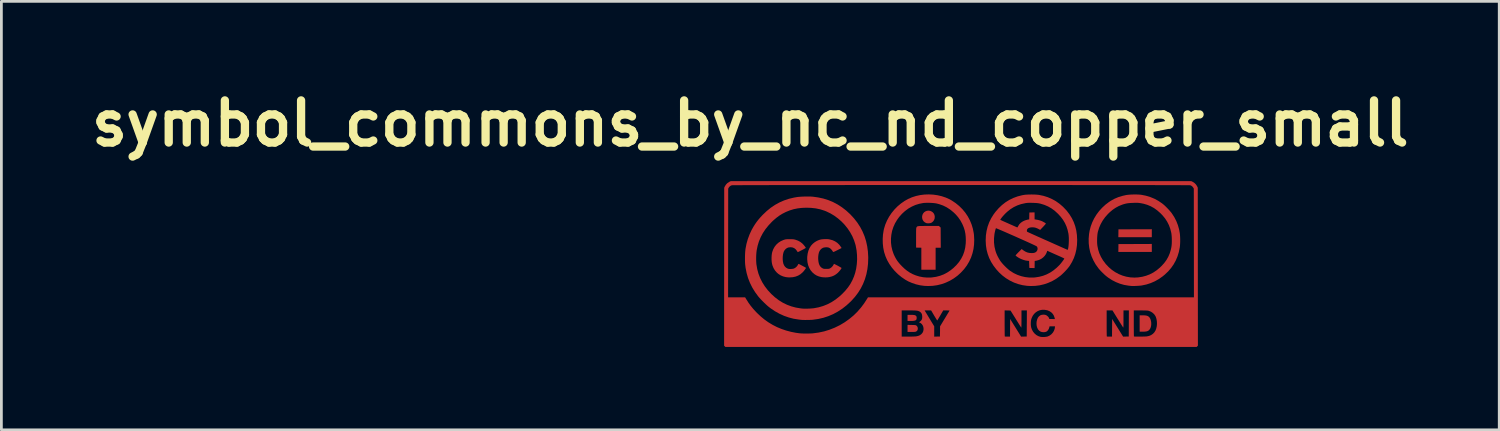
<source format=kicad_pcb>
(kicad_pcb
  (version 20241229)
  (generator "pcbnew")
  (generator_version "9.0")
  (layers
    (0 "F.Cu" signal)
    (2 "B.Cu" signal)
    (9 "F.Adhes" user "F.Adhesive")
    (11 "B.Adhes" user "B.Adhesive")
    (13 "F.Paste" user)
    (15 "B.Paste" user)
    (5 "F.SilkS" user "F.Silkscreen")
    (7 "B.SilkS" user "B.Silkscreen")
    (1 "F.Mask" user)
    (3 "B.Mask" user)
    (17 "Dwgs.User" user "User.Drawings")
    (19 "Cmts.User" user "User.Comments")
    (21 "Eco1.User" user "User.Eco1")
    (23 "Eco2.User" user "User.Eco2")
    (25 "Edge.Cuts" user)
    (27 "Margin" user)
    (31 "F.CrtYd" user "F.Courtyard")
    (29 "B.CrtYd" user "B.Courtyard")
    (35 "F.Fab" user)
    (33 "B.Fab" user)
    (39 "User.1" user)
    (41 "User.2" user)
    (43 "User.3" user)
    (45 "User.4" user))
  (footprint "symbol_commons_by_nc_nd_copper_small"
    (layer "F.Cu")
    (at 31.721 6.498)
    (property "Reference" "symbol_commons_by_nc_nd_copper_small" (at -7.62 -5.08 0) (layer "F.SilkS") (effects (font (size 1.524 1.524) (thickness 0.3))))
    (attr board_only exclude_from_pos_files exclude_from_bom)
    (fp_poly (pts (xy 6.909 -0.965) (xy 5.698 -0.965) (xy 5.7 -1.107) (xy 5.702 -1.249) (xy 6.909 -1.253)) (stroke (width 0) (type solid)) (fill yes) (layer "F.Cu"))
    (fp_poly (pts (xy 6.909 -0.432) (xy 5.698 -0.432) (xy 5.7 -0.574) (xy 5.702 -0.715) (xy 6.909 -0.72)) (stroke (width 0) (type solid)) (fill yes) (layer "F.Cu"))
    (fp_poly (pts (xy -1.81 1.846) (xy -1.759 1.846) (xy -1.721 1.848) (xy -1.694 1.851) (xy -1.673 1.855) (xy -1.656 1.861) (xy -1.654 1.862) (xy -1.626 1.878) (xy -1.609 1.899) (xy -1.602 1.927) (xy -1.6 1.956) (xy -1.603 1.99) (xy -1.612 2.017) (xy -1.63 2.037) (xy -1.658 2.051) (xy -1.697 2.06) (xy -1.75 2.065) (xy -1.812 2.066) (xy -1.93 2.066) (xy -1.93 1.846)) (stroke (width 0) (type solid)) (fill yes) (layer "F.Cu"))
    (fp_poly (pts (xy -1.783 2.211) (xy -1.729 2.212) (xy -1.689 2.214) (xy -1.66 2.216) (xy -1.64 2.219) (xy -1.626 2.223) (xy -1.616 2.229) (xy -1.611 2.232) (xy -1.582 2.262) (xy -1.564 2.299) (xy -1.558 2.339) (xy -1.563 2.379) (xy -1.579 2.414) (xy -1.607 2.441) (xy -1.616 2.446) (xy -1.631 2.453) (xy -1.646 2.458) (xy -1.667 2.461) (xy -1.694 2.463) (xy -1.732 2.464) (xy -1.783 2.464) (xy -1.79 2.464) (xy -1.93 2.464) (xy -1.93 2.208)) (stroke (width 0) (type solid)) (fill yes) (layer "F.Cu"))
    (fp_poly (pts (xy 6.642 1.864) (xy 6.694 1.869) (xy 6.735 1.878) (xy 6.768 1.892) (xy 6.797 1.911) (xy 6.8 1.913) (xy 6.833 1.95) (xy 6.859 2) (xy 6.877 2.058) (xy 6.887 2.121) (xy 6.889 2.186) (xy 6.882 2.249) (xy 6.866 2.307) (xy 6.852 2.339) (xy 6.827 2.378) (xy 6.797 2.408) (xy 6.761 2.43) (xy 6.717 2.444) (xy 6.661 2.452) (xy 6.591 2.455) (xy 6.577 2.455) (xy 6.469 2.455) (xy 6.469 1.863) (xy 6.577 1.863)) (stroke (width 0) (type solid)) (fill yes) (layer "F.Cu"))
    (fp_poly (pts (xy -1.117 -1.919) (xy -1.073 -1.902) (xy -1.02 -1.868) (xy -0.981 -1.824) (xy -0.956 -1.771) (xy -0.945 -1.709) (xy -0.945 -1.698) (xy -0.952 -1.635) (xy -0.974 -1.579) (xy -1.01 -1.531) (xy -1.058 -1.493) (xy -1.074 -1.485) (xy -1.107 -1.474) (xy -1.149 -1.468) (xy -1.194 -1.467) (xy -1.235 -1.471) (xy -1.255 -1.476) (xy -1.309 -1.505) (xy -1.353 -1.545) (xy -1.384 -1.595) (xy -1.401 -1.653) (xy -1.403 -1.714) (xy -1.391 -1.773) (xy -1.365 -1.825) (xy -1.328 -1.868) (xy -1.283 -1.899) (xy -1.231 -1.919) (xy -1.175 -1.926)) (stroke (width 0) (type solid)) (fill yes) (layer "F.Cu"))
    (fp_poly (pts (xy -1.169 -1.372) (xy -0.796 -1.372) (xy -0.764 -1.343) (xy -0.732 -1.314) (xy -0.728 -0.584) (xy -0.914 -0.584) (xy -0.914 0.212) (xy -1.431 0.212) (xy -1.431 -0.584) (xy -1.621 -0.588) (xy -1.621 -0.94) (xy -1.621 -1.027) (xy -1.621 -1.099) (xy -1.621 -1.157) (xy -1.62 -1.203) (xy -1.619 -1.239) (xy -1.618 -1.266) (xy -1.616 -1.285) (xy -1.613 -1.3) (xy -1.61 -1.31) (xy -1.607 -1.318) (xy -1.606 -1.319) (xy -1.6 -1.331) (xy -1.593 -1.341) (xy -1.584 -1.349) (xy -1.572 -1.356) (xy -1.556 -1.361) (xy -1.533 -1.365) (xy -1.502 -1.368) (xy -1.463 -1.37) (xy -1.412 -1.371) (xy -1.35 -1.371) (xy -1.273 -1.372) (xy -1.182 -1.372)) (stroke (width 0) (type solid)) (fill yes) (layer "F.Cu"))
    (fp_poly (pts (xy -6.138 -0.893) (xy -6.096 -0.891) (xy -6.062 -0.889) (xy -6.034 -0.884) (xy -6.006 -0.878) (xy -5.99 -0.874) (xy -5.896 -0.84) (xy -5.815 -0.797) (xy -5.744 -0.742) (xy -5.74 -0.738) (xy -5.711 -0.71) (xy -5.682 -0.677) (xy -5.655 -0.644) (xy -5.633 -0.615) (xy -5.618 -0.591) (xy -5.613 -0.576) (xy -5.62 -0.571) (xy -5.64 -0.559) (xy -5.669 -0.543) (xy -5.704 -0.523) (xy -5.743 -0.503) (xy -5.784 -0.482) (xy -5.823 -0.462) (xy -5.857 -0.445) (xy -5.884 -0.433) (xy -5.901 -0.426) (xy -5.905 -0.425) (xy -5.91 -0.433) (xy -5.921 -0.451) (xy -5.935 -0.472) (xy -5.978 -0.527) (xy -6.029 -0.567) (xy -6.088 -0.592) (xy -6.152 -0.602) (xy -6.222 -0.596) (xy -6.257 -0.588) (xy -6.303 -0.566) (xy -6.347 -0.531) (xy -6.385 -0.486) (xy -6.412 -0.436) (xy -6.416 -0.423) (xy -6.436 -0.347) (xy -6.446 -0.263) (xy -6.448 -0.174) (xy -6.441 -0.089) (xy -6.425 -0.011) (xy -6.423 -0.004) (xy -6.397 0.056) (xy -6.36 0.107) (xy -6.314 0.147) (xy -6.261 0.174) (xy -6.249 0.178) (xy -6.205 0.185) (xy -6.154 0.186) (xy -6.101 0.182) (xy -6.054 0.173) (xy -6.041 0.169) (xy -5.996 0.145) (xy -5.953 0.11) (xy -5.917 0.068) (xy -5.898 0.035) (xy -5.886 0.014) (xy -5.875 0.003) (xy -5.872 0.002) (xy -5.86 0.007) (xy -5.836 0.018) (xy -5.805 0.034) (xy -5.769 0.053) (xy -5.73 0.074) (xy -5.692 0.094) (xy -5.658 0.113) (xy -5.63 0.129) (xy -5.611 0.14) (xy -5.605 0.145) (xy -5.61 0.158) (xy -5.624 0.181) (xy -5.645 0.209) (xy -5.669 0.241) (xy -5.695 0.273) (xy -5.721 0.301) (xy -5.733 0.313) (xy -5.809 0.378) (xy -5.893 0.427) (xy -5.984 0.462) (xy -6.084 0.483) (xy -6.193 0.49) (xy -6.198 0.49) (xy -6.242 0.489) (xy -6.288 0.485) (xy -6.328 0.48) (xy -6.337 0.479) (xy -6.437 0.453) (xy -6.527 0.414) (xy -6.608 0.361) (xy -6.663 0.313) (xy -6.727 0.239) (xy -6.779 0.154) (xy -6.817 0.06) (xy -6.833 0.002) (xy -6.845 -0.067) (xy -6.851 -0.146) (xy -6.851 -0.228) (xy -6.847 -0.308) (xy -6.837 -0.381) (xy -6.827 -0.426) (xy -6.792 -0.525) (xy -6.743 -0.614) (xy -6.681 -0.694) (xy -6.607 -0.762) (xy -6.521 -0.819) (xy -6.425 -0.862) (xy -6.392 -0.873) (xy -6.366 -0.881) (xy -6.34 -0.887) (xy -6.313 -0.89) (xy -6.279 -0.892) (xy -6.236 -0.893) (xy -6.193 -0.893)) (stroke (width 0) (type solid)) (fill yes) (layer "F.Cu"))
    (fp_poly (pts (xy -4.834 -0.895) (xy -4.795 -0.892) (xy -4.755 -0.885) (xy -4.741 -0.882) (xy -4.642 -0.855) (xy -4.553 -0.814) (xy -4.474 -0.762) (xy -4.407 -0.698) (xy -4.388 -0.675) (xy -4.359 -0.636) (xy -4.336 -0.605) (xy -4.323 -0.583) (xy -4.319 -0.572) (xy -4.319 -0.572) (xy -4.328 -0.567) (xy -4.348 -0.557) (xy -4.38 -0.541) (xy -4.419 -0.521) (xy -4.464 -0.498) (xy -4.47 -0.495) (xy -4.521 -0.47) (xy -4.56 -0.451) (xy -4.587 -0.439) (xy -4.605 -0.432) (xy -4.617 -0.43) (xy -4.623 -0.432) (xy -4.627 -0.436) (xy -4.667 -0.496) (xy -4.707 -0.541) (xy -4.75 -0.573) (xy -4.796 -0.593) (xy -4.799 -0.593) (xy -4.839 -0.599) (xy -4.887 -0.6) (xy -4.937 -0.594) (xy -4.981 -0.584) (xy -4.996 -0.578) (xy -5.044 -0.548) (xy -5.087 -0.506) (xy -5.117 -0.459) (xy -5.14 -0.401) (xy -5.155 -0.331) (xy -5.163 -0.255) (xy -5.164 -0.177) (xy -5.157 -0.1) (xy -5.144 -0.028) (xy -5.123 0.033) (xy -5.118 0.045) (xy -5.089 0.092) (xy -5.056 0.128) (xy -5.012 0.157) (xy -5.008 0.16) (xy -4.988 0.169) (xy -4.97 0.176) (xy -4.948 0.18) (xy -4.92 0.181) (xy -4.88 0.182) (xy -4.868 0.182) (xy -4.826 0.182) (xy -4.795 0.18) (xy -4.773 0.177) (xy -4.755 0.172) (xy -4.736 0.163) (xy -4.726 0.157) (xy -4.675 0.12) (xy -4.632 0.071) (xy -4.61 0.034) (xy -4.6 0.014) (xy -4.593 0.002) (xy -4.593 0.001) (xy -4.584 0.003) (xy -4.564 0.012) (xy -4.535 0.027) (xy -4.499 0.045) (xy -4.461 0.065) (xy -4.422 0.086) (xy -4.385 0.107) (xy -4.354 0.125) (xy -4.331 0.139) (xy -4.319 0.147) (xy -4.318 0.149) (xy -4.323 0.163) (xy -4.338 0.187) (xy -4.359 0.217) (xy -4.385 0.25) (xy -4.413 0.282) (xy -4.44 0.311) (xy -4.456 0.327) (xy -4.523 0.381) (xy -4.591 0.423) (xy -4.666 0.454) (xy -4.751 0.476) (xy -4.765 0.479) (xy -4.828 0.487) (xy -4.899 0.49) (xy -4.971 0.487) (xy -5.037 0.48) (xy -5.043 0.479) (xy -5.137 0.456) (xy -5.22 0.422) (xy -5.295 0.376) (xy -5.366 0.316) (xy -5.372 0.309) (xy -5.437 0.233) (xy -5.488 0.146) (xy -5.527 0.05) (xy -5.551 -0.054) (xy -5.561 -0.167) (xy -5.56 -0.257) (xy -5.545 -0.371) (xy -5.518 -0.476) (xy -5.478 -0.571) (xy -5.425 -0.655) (xy -5.359 -0.728) (xy -5.282 -0.789) (xy -5.211 -0.83) (xy -5.158 -0.854) (xy -5.108 -0.872) (xy -5.057 -0.884) (xy -4.999 -0.891) (xy -4.932 -0.895) (xy -4.877 -0.896)) (stroke (width 0) (type solid)) (fill yes) (layer "F.Cu"))
    (fp_poly (pts (xy -1.001 -2.505) (xy -0.845 -2.483) (xy -0.694 -2.448) (xy -0.548 -2.399) (xy -0.409 -2.337) (xy -0.333 -2.294) (xy -0.192 -2.2) (xy -0.063 -2.095) (xy 0.054 -1.979) (xy 0.158 -1.854) (xy 0.249 -1.719) (xy 0.325 -1.577) (xy 0.387 -1.427) (xy 0.434 -1.271) (xy 0.466 -1.109) (xy 0.474 -1.043) (xy 0.483 -0.87) (xy 0.477 -0.701) (xy 0.456 -0.537) (xy 0.419 -0.379) (xy 0.367 -0.226) (xy 0.299 -0.081) (xy 0.217 0.057) (xy 0.121 0.186) (xy 0.117 0.191) (xy 0.002 0.316) (xy -0.123 0.429) (xy -0.257 0.527) (xy -0.399 0.611) (xy -0.547 0.68) (xy -0.701 0.734) (xy -0.86 0.773) (xy -1.024 0.796) (xy -1.19 0.802) (xy -1.329 0.796) (xy -1.478 0.775) (xy -1.626 0.74) (xy -1.769 0.692) (xy -1.905 0.633) (xy -2.014 0.572) (xy -2.151 0.478) (xy -2.278 0.373) (xy -2.394 0.258) (xy -2.498 0.135) (xy -2.589 0.004) (xy -2.667 -0.133) (xy -2.729 -0.275) (xy -2.776 -0.421) (xy -2.78 -0.436) (xy -2.81 -0.585) (xy -2.826 -0.741) (xy -2.829 -0.9) (xy -2.828 -0.912) (xy -2.53 -0.912) (xy -2.529 -0.769) (xy -2.512 -0.626) (xy -2.479 -0.486) (xy -2.432 -0.35) (xy -2.39 -0.261) (xy -2.349 -0.184) (xy -2.304 -0.114) (xy -2.253 -0.047) (xy -2.194 0.022) (xy -2.125 0.094) (xy -2.032 0.182) (xy -1.939 0.256) (xy -1.845 0.318) (xy -1.745 0.371) (xy -1.636 0.416) (xy -1.634 0.417) (xy -1.504 0.457) (xy -1.366 0.484) (xy -1.225 0.496) (xy -1.083 0.494) (xy -1.046 0.491) (xy -0.897 0.469) (xy -0.755 0.432) (xy -0.621 0.381) (xy -0.492 0.313) (xy -0.369 0.23) (xy -0.271 0.151) (xy -0.161 0.044) (xy -0.066 -0.069) (xy 0.012 -0.188) (xy 0.076 -0.314) (xy 0.124 -0.447) (xy 0.157 -0.587) (xy 0.175 -0.736) (xy 0.179 -0.847) (xy 0.175 -0.977) (xy 0.162 -1.096) (xy 0.139 -1.208) (xy 0.106 -1.315) (xy 0.061 -1.422) (xy 0.051 -1.444) (xy -0.02 -1.574) (xy -0.103 -1.692) (xy -0.199 -1.801) (xy -0.273 -1.871) (xy -0.392 -1.967) (xy -0.516 -2.047) (xy -0.645 -2.111) (xy -0.781 -2.159) (xy -0.881 -2.185) (xy -0.935 -2.194) (xy -1.001 -2.201) (xy -1.074 -2.206) (xy -1.151 -2.209) (xy -1.226 -2.209) (xy -1.295 -2.207) (xy -1.353 -2.203) (xy -1.36 -2.202) (xy -1.504 -2.174) (xy -1.644 -2.131) (xy -1.777 -2.072) (xy -1.904 -1.999) (xy -2.022 -1.911) (xy -2.133 -1.809) (xy -2.235 -1.694) (xy -2.31 -1.59) (xy -2.384 -1.465) (xy -2.443 -1.333) (xy -2.488 -1.196) (xy -2.516 -1.055) (xy -2.53 -0.912) (xy -2.828 -0.912) (xy -2.819 -1.058) (xy -2.795 -1.21) (xy -2.781 -1.273) (xy -2.735 -1.423) (xy -2.673 -1.568) (xy -2.597 -1.708) (xy -2.507 -1.841) (xy -2.405 -1.966) (xy -2.292 -2.081) (xy -2.168 -2.185) (xy -2.036 -2.277) (xy -1.909 -2.348) (xy -1.77 -2.409) (xy -1.623 -2.456) (xy -1.471 -2.489) (xy -1.315 -2.508) (xy -1.158 -2.513)) (stroke (width 0) (type solid)) (fill yes) (layer "F.Cu"))
    (fp_poly (pts (xy 6.363 -2.51) (xy 6.439 -2.507) (xy 6.505 -2.502) (xy 6.528 -2.499) (xy 6.691 -2.467) (xy 6.848 -2.42) (xy 7 -2.358) (xy 7.143 -2.281) (xy 7.278 -2.19) (xy 7.327 -2.151) (xy 7.372 -2.112) (xy 7.422 -2.064) (xy 7.475 -2.01) (xy 7.528 -1.954) (xy 7.576 -1.899) (xy 7.617 -1.85) (xy 7.637 -1.822) (xy 7.724 -1.687) (xy 7.796 -1.547) (xy 7.853 -1.401) (xy 7.896 -1.248) (xy 7.921 -1.113) (xy 7.928 -1.051) (xy 7.933 -0.977) (xy 7.936 -0.896) (xy 7.936 -0.812) (xy 7.933 -0.731) (xy 7.928 -0.657) (xy 7.921 -0.597) (xy 7.888 -0.431) (xy 7.84 -0.274) (xy 7.778 -0.126) (xy 7.701 0.015) (xy 7.609 0.147) (xy 7.503 0.271) (xy 7.381 0.387) (xy 7.298 0.455) (xy 7.161 0.551) (xy 7.017 0.632) (xy 6.867 0.697) (xy 6.711 0.747) (xy 6.551 0.781) (xy 6.537 0.783) (xy 6.497 0.788) (xy 6.448 0.792) (xy 6.392 0.796) (xy 6.334 0.799) (xy 6.278 0.801) (xy 6.228 0.802) (xy 6.187 0.801) (xy 6.164 0.799) (xy 6.142 0.797) (xy 6.109 0.793) (xy 6.071 0.789) (xy 6.055 0.787) (xy 5.905 0.761) (xy 5.757 0.719) (xy 5.612 0.661) (xy 5.471 0.589) (xy 5.337 0.503) (xy 5.266 0.449) (xy 5.224 0.414) (xy 5.175 0.369) (xy 5.123 0.318) (xy 5.071 0.266) (xy 5.025 0.216) (xy 4.986 0.171) (xy 4.977 0.159) (xy 4.879 0.023) (xy 4.797 -0.121) (xy 4.73 -0.27) (xy 4.679 -0.424) (xy 4.645 -0.583) (xy 4.626 -0.745) (xy 4.625 -0.836) (xy 4.929 -0.836) (xy 4.93 -0.756) (xy 4.936 -0.685) (xy 4.94 -0.654) (xy 4.968 -0.514) (xy 5.011 -0.38) (xy 5.07 -0.251) (xy 5.144 -0.126) (xy 5.235 -0.005) (xy 5.245 0.008) (xy 5.349 0.118) (xy 5.462 0.216) (xy 5.583 0.299) (xy 5.711 0.369) (xy 5.846 0.424) (xy 5.985 0.464) (xy 6.129 0.489) (xy 6.275 0.497) (xy 6.41 0.491) (xy 6.56 0.468) (xy 6.701 0.431) (xy 6.835 0.38) (xy 6.963 0.314) (xy 7.085 0.232) (xy 7.202 0.134) (xy 7.259 0.079) (xy 7.356 -0.027) (xy 7.437 -0.137) (xy 7.503 -0.253) (xy 7.557 -0.378) (xy 7.597 -0.511) (xy 7.617 -0.603) (xy 7.625 -0.662) (xy 7.631 -0.732) (xy 7.633 -0.811) (xy 7.633 -0.892) (xy 7.63 -0.972) (xy 7.624 -1.045) (xy 7.616 -1.109) (xy 7.613 -1.125) (xy 7.577 -1.268) (xy 7.528 -1.401) (xy 7.464 -1.527) (xy 7.387 -1.646) (xy 7.293 -1.759) (xy 7.217 -1.837) (xy 7.105 -1.935) (xy 6.991 -2.017) (xy 6.872 -2.083) (xy 6.746 -2.136) (xy 6.612 -2.175) (xy 6.519 -2.194) (xy 6.478 -2.2) (xy 6.443 -2.205) (xy 6.407 -2.208) (xy 6.368 -2.209) (xy 6.322 -2.209) (xy 6.263 -2.208) (xy 6.244 -2.207) (xy 6.158 -2.204) (xy 6.084 -2.198) (xy 6.018 -2.19) (xy 5.957 -2.177) (xy 5.896 -2.161) (xy 5.836 -2.141) (xy 5.715 -2.092) (xy 5.602 -2.031) (xy 5.494 -1.958) (xy 5.389 -1.87) (xy 5.323 -1.806) (xy 5.221 -1.691) (xy 5.133 -1.569) (xy 5.06 -1.44) (xy 5.002 -1.306) (xy 4.959 -1.167) (xy 4.952 -1.136) (xy 4.942 -1.074) (xy 4.935 -1) (xy 4.93 -0.919) (xy 4.929 -0.836) (xy 4.625 -0.836) (xy 4.624 -0.911) (xy 4.638 -1.079) (xy 4.658 -1.198) (xy 4.697 -1.35) (xy 4.752 -1.499) (xy 4.821 -1.642) (xy 4.905 -1.78) (xy 5.002 -1.91) (xy 5.112 -2.031) (xy 5.232 -2.142) (xy 5.363 -2.241) (xy 5.427 -2.283) (xy 5.559 -2.356) (xy 5.702 -2.416) (xy 5.855 -2.462) (xy 5.986 -2.491) (xy 6.046 -2.499) (xy 6.118 -2.505) (xy 6.197 -2.509) (xy 6.281 -2.511)) (stroke (width 0) (type solid)) (fill yes) (layer "F.Cu"))
    (fp_poly (pts (xy -5.496 -2.437) (xy -5.427 -2.435) (xy -5.369 -2.431) (xy -5.362 -2.431) (xy -5.167 -2.404) (xy -4.98 -2.364) (xy -4.8 -2.308) (xy -4.628 -2.237) (xy -4.463 -2.15) (xy -4.305 -2.048) (xy -4.153 -1.931) (xy -4.008 -1.798) (xy -4.001 -1.791) (xy -3.867 -1.646) (xy -3.749 -1.495) (xy -3.646 -1.337) (xy -3.559 -1.172) (xy -3.487 -1.001) (xy -3.431 -0.822) (xy -3.39 -0.637) (xy -3.364 -0.444) (xy -3.353 -0.244) (xy -3.353 -0.203) (xy -3.36 -0.002) (xy -3.383 0.192) (xy -3.42 0.378) (xy -3.473 0.557) (xy -3.541 0.728) (xy -3.623 0.891) (xy -3.722 1.048) (xy -3.835 1.197) (xy -3.964 1.34) (xy -3.987 1.363) (xy -4.137 1.501) (xy -4.292 1.623) (xy -4.454 1.728) (xy -4.622 1.819) (xy -4.796 1.893) (xy -4.976 1.952) (xy -5.163 1.995) (xy -5.355 2.022) (xy -5.368 2.023) (xy -5.407 2.026) (xy -5.456 2.028) (xy -5.513 2.029) (xy -5.572 2.03) (xy -5.63 2.031) (xy -5.684 2.03) (xy -5.73 2.029) (xy -5.763 2.027) (xy -5.77 2.027) (xy -5.79 2.024) (xy -5.821 2.021) (xy -5.858 2.016) (xy -5.876 2.014) (xy -6.052 1.986) (xy -6.226 1.941) (xy -6.398 1.881) (xy -6.565 1.805) (xy -6.727 1.715) (xy -6.882 1.611) (xy -6.96 1.551) (xy -7.009 1.509) (xy -7.066 1.457) (xy -7.126 1.399) (xy -7.187 1.338) (xy -7.245 1.278) (xy -7.296 1.222) (xy -7.334 1.177) (xy -7.449 1.02) (xy -7.549 0.857) (xy -7.633 0.688) (xy -7.702 0.512) (xy -7.754 0.33) (xy -7.791 0.143) (xy -7.807 0.014) (xy -7.811 -0.048) (xy -7.813 -0.123) (xy -7.813 -0.17) (xy -7.409 -0.17) (xy -7.407 -0.092) (xy -7.403 -0.022) (xy -7.399 0.017) (xy -7.37 0.189) (xy -7.325 0.355) (xy -7.264 0.514) (xy -7.187 0.667) (xy -7.095 0.813) (xy -6.987 0.953) (xy -6.864 1.086) (xy -6.862 1.089) (xy -6.728 1.21) (xy -6.589 1.316) (xy -6.445 1.405) (xy -6.294 1.479) (xy -6.136 1.538) (xy -5.972 1.582) (xy -5.799 1.611) (xy -5.746 1.617) (xy -5.689 1.621) (xy -5.621 1.622) (xy -5.546 1.621) (xy -5.47 1.618) (xy -5.397 1.613) (xy -5.332 1.607) (xy -5.311 1.604) (xy -5.144 1.572) (xy -4.984 1.525) (xy -4.829 1.463) (xy -4.681 1.386) (xy -4.538 1.293) (xy -4.399 1.184) (xy -4.295 1.089) (xy -4.181 0.97) (xy -4.082 0.849) (xy -3.998 0.725) (xy -3.927 0.594) (xy -3.868 0.456) (xy -3.825 0.326) (xy -3.789 0.172) (xy -3.766 0.01) (xy -3.755 -0.157) (xy -3.759 -0.325) (xy -3.775 -0.49) (xy -3.805 -0.651) (xy -3.815 -0.693) (xy -3.864 -0.848) (xy -3.928 -0.999) (xy -4.007 -1.143) (xy -4.099 -1.281) (xy -4.203 -1.411) (xy -4.319 -1.532) (xy -4.445 -1.642) (xy -4.579 -1.741) (xy -4.722 -1.827) (xy -4.872 -1.899) (xy -4.938 -1.925) (xy -5.089 -1.973) (xy -5.25 -2.007) (xy -5.419 -2.026) (xy -5.58 -2.032) (xy -5.746 -2.026) (xy -5.902 -2.008) (xy -6.051 -1.978) (xy -6.194 -1.934) (xy -6.334 -1.877) (xy -6.346 -1.871) (xy -6.461 -1.812) (xy -6.57 -1.745) (xy -6.674 -1.668) (xy -6.779 -1.578) (xy -6.836 -1.525) (xy -6.962 -1.391) (xy -7.072 -1.254) (xy -7.166 -1.112) (xy -7.244 -0.965) (xy -7.308 -0.812) (xy -7.356 -0.652) (xy -7.39 -0.486) (xy -7.392 -0.47) (xy -7.399 -0.407) (xy -7.405 -0.332) (xy -7.408 -0.252) (xy -7.409 -0.17) (xy -7.813 -0.17) (xy -7.813 -0.204) (xy -7.812 -0.288) (xy -7.809 -0.371) (xy -7.804 -0.447) (xy -7.797 -0.514) (xy -7.794 -0.542) (xy -7.76 -0.719) (xy -7.711 -0.894) (xy -7.648 -1.063) (xy -7.573 -1.225) (xy -7.51 -1.337) (xy -7.451 -1.431) (xy -7.392 -1.516) (xy -7.33 -1.596) (xy -7.261 -1.677) (xy -7.181 -1.763) (xy -7.167 -1.777) (xy -7.026 -1.911) (xy -6.88 -2.03) (xy -6.727 -2.133) (xy -6.568 -2.221) (xy -6.402 -2.294) (xy -6.227 -2.353) (xy -6.043 -2.397) (xy -5.923 -2.418) (xy -5.871 -2.424) (xy -5.805 -2.429) (xy -5.731 -2.433) (xy -5.652 -2.436) (xy -5.573 -2.437)) (stroke (width 0) (type solid)) (fill yes) (layer "F.Cu"))
    (fp_poly (pts (xy 2.634 -2.509) (xy 2.709 -2.506) (xy 2.776 -2.501) (xy 2.825 -2.495) (xy 2.989 -2.461) (xy 3.147 -2.411) (xy 3.296 -2.346) (xy 3.438 -2.267) (xy 3.572 -2.172) (xy 3.698 -2.063) (xy 3.816 -1.939) (xy 3.834 -1.918) (xy 3.933 -1.787) (xy 4.017 -1.651) (xy 4.085 -1.509) (xy 4.138 -1.361) (xy 4.176 -1.206) (xy 4.199 -1.042) (xy 4.208 -0.871) (xy 4.208 -0.855) (xy 4.201 -0.682) (xy 4.178 -0.517) (xy 4.141 -0.36) (xy 4.089 -0.21) (xy 4.021 -0.067) (xy 3.939 0.069) (xy 3.922 0.093) (xy 3.884 0.142) (xy 3.837 0.198) (xy 3.784 0.256) (xy 3.727 0.315) (xy 3.671 0.369) (xy 3.62 0.415) (xy 3.603 0.429) (xy 3.465 0.53) (xy 3.321 0.615) (xy 3.17 0.684) (xy 3.015 0.738) (xy 2.854 0.776) (xy 2.69 0.797) (xy 2.523 0.802) (xy 2.392 0.795) (xy 2.23 0.771) (xy 2.072 0.731) (xy 1.919 0.676) (xy 1.773 0.605) (xy 1.633 0.52) (xy 1.502 0.421) (xy 1.379 0.307) (xy 1.286 0.204) (xy 1.182 0.069) (xy 1.095 -0.069) (xy 1.024 -0.211) (xy 0.97 -0.359) (xy 0.93 -0.512) (xy 0.906 -0.672) (xy 0.898 -0.839) (xy 0.897 -0.855) (xy 0.901 -0.925) (xy 1.199 -0.925) (xy 1.199 -0.772) (xy 1.216 -0.623) (xy 1.25 -0.477) (xy 1.266 -0.427) (xy 1.291 -0.36) (xy 1.325 -0.285) (xy 1.365 -0.21) (xy 1.407 -0.138) (xy 1.437 -0.093) (xy 1.477 -0.042) (xy 1.526 0.015) (xy 1.583 0.075) (xy 1.642 0.133) (xy 1.702 0.188) (xy 1.757 0.234) (xy 1.787 0.256) (xy 1.911 0.334) (xy 2.043 0.397) (xy 2.181 0.445) (xy 2.324 0.478) (xy 2.471 0.495) (xy 2.618 0.496) (xy 2.685 0.491) (xy 2.833 0.468) (xy 2.972 0.432) (xy 3.105 0.381) (xy 3.232 0.315) (xy 3.353 0.234) (xy 3.471 0.137) (xy 3.562 0.048) (xy 3.589 0.019) (xy 3.618 -0.016) (xy 3.648 -0.054) (xy 3.677 -0.092) (xy 3.703 -0.128) (xy 3.724 -0.158) (xy 3.738 -0.181) (xy 3.742 -0.193) (xy 3.735 -0.198) (xy 3.714 -0.209) (xy 3.681 -0.224) (xy 3.639 -0.244) (xy 3.589 -0.267) (xy 3.533 -0.292) (xy 3.524 -0.296) (xy 3.462 -0.323) (xy 3.399 -0.351) (xy 3.34 -0.377) (xy 3.287 -0.401) (xy 3.244 -0.42) (xy 3.216 -0.433) (xy 3.126 -0.473) (xy 3.112 -0.429) (xy 3.079 -0.355) (xy 3.032 -0.288) (xy 2.974 -0.229) (xy 2.905 -0.179) (xy 2.828 -0.142) (xy 2.745 -0.117) (xy 2.716 -0.112) (xy 2.671 -0.106) (xy 2.669 0.024) (xy 2.667 0.153) (xy 2.477 0.148) (xy 2.468 -0.106) (xy 2.404 -0.112) (xy 2.333 -0.123) (xy 2.256 -0.146) (xy 2.178 -0.176) (xy 2.104 -0.212) (xy 2.04 -0.252) (xy 2.011 -0.274) (xy 1.978 -0.302) (xy 1.996 -0.327) (xy 2.008 -0.341) (xy 2.03 -0.365) (xy 2.059 -0.395) (xy 2.091 -0.428) (xy 2.107 -0.444) (xy 2.2 -0.536) (xy 2.249 -0.498) (xy 2.323 -0.449) (xy 2.397 -0.415) (xy 2.475 -0.396) (xy 2.561 -0.39) (xy 2.562 -0.39) (xy 2.624 -0.393) (xy 2.673 -0.405) (xy 2.712 -0.425) (xy 2.738 -0.449) (xy 2.763 -0.487) (xy 2.775 -0.53) (xy 2.774 -0.574) (xy 2.76 -0.613) (xy 2.749 -0.628) (xy 2.741 -0.634) (xy 2.724 -0.644) (xy 2.696 -0.659) (xy 2.658 -0.677) (xy 2.608 -0.701) (xy 2.547 -0.729) (xy 2.474 -0.763) (xy 2.387 -0.802) (xy 2.287 -0.847) (xy 2.173 -0.898) (xy 2.043 -0.956) (xy 2.003 -0.974) (xy 1.899 -1.02) (xy 1.798 -1.064) (xy 1.703 -1.106) (xy 1.615 -1.145) (xy 1.534 -1.18) (xy 1.462 -1.211) (xy 1.4 -1.237) (xy 1.349 -1.259) (xy 1.309 -1.275) (xy 1.283 -1.286) (xy 1.27 -1.29) (xy 1.269 -1.29) (xy 1.263 -1.276) (xy 1.254 -1.25) (xy 1.244 -1.214) (xy 1.234 -1.173) (xy 1.224 -1.129) (xy 1.216 -1.086) (xy 1.215 -1.08) (xy 1.199 -0.925) (xy 0.901 -0.925) (xy 0.905 -1.026) (xy 0.929 -1.19) (xy 0.968 -1.348) (xy 1.023 -1.5) (xy 1.071 -1.598) (xy 1.427 -1.598) (xy 1.428 -1.592) (xy 1.437 -1.587) (xy 1.46 -1.577) (xy 1.495 -1.56) (xy 1.54 -1.54) (xy 1.594 -1.516) (xy 1.654 -1.489) (xy 1.72 -1.46) (xy 1.727 -1.456) (xy 1.793 -1.427) (xy 1.855 -1.4) (xy 1.91 -1.375) (xy 1.958 -1.354) (xy 1.995 -1.337) (xy 2.021 -1.326) (xy 2.033 -1.32) (xy 2.033 -1.32) (xy 2.042 -1.319) (xy 2.052 -1.328) (xy 2.064 -1.348) (xy 2.073 -1.366) (xy 2.115 -1.432) (xy 2.171 -1.489) (xy 2.24 -1.536) (xy 2.32 -1.573) (xy 2.412 -1.599) (xy 2.44 -1.604) (xy 2.472 -1.609) (xy 2.477 -1.858) (xy 2.667 -1.863) (xy 2.667 -1.61) (xy 2.707 -1.605) (xy 2.783 -1.591) (xy 2.859 -1.572) (xy 2.921 -1.55) (xy 2.953 -1.535) (xy 2.988 -1.517) (xy 3.022 -1.498) (xy 3.05 -1.48) (xy 3.07 -1.465) (xy 3.076 -1.459) (xy 3.072 -1.451) (xy 3.058 -1.432) (xy 3.035 -1.406) (xy 3.007 -1.374) (xy 2.975 -1.34) (xy 2.869 -1.228) (xy 2.817 -1.257) (xy 2.759 -1.286) (xy 2.706 -1.306) (xy 2.652 -1.318) (xy 2.633 -1.32) (xy 2.575 -1.323) (xy 2.521 -1.318) (xy 2.472 -1.306) (xy 2.433 -1.287) (xy 2.406 -1.262) (xy 2.4 -1.253) (xy 2.391 -1.227) (xy 2.388 -1.198) (xy 2.391 -1.174) (xy 2.398 -1.162) (xy 2.407 -1.157) (xy 2.431 -1.146) (xy 2.468 -1.129) (xy 2.516 -1.107) (xy 2.575 -1.08) (xy 2.644 -1.049) (xy 2.722 -1.014) (xy 2.806 -0.976) (xy 2.897 -0.936) (xy 2.992 -0.893) (xy 3.031 -0.876) (xy 3.162 -0.818) (xy 3.278 -0.766) (xy 3.38 -0.72) (xy 3.47 -0.68) (xy 3.548 -0.646) (xy 3.614 -0.616) (xy 3.67 -0.591) (xy 3.717 -0.57) (xy 3.756 -0.553) (xy 3.786 -0.54) (xy 3.81 -0.529) (xy 3.828 -0.521) (xy 3.842 -0.516) (xy 3.85 -0.512) (xy 3.856 -0.51) (xy 3.859 -0.509) (xy 3.861 -0.508) (xy 3.862 -0.508) (xy 3.862 -0.508) (xy 3.869 -0.515) (xy 3.873 -0.523) (xy 3.885 -0.573) (xy 3.894 -0.636) (xy 3.901 -0.708) (xy 3.905 -0.786) (xy 3.907 -0.866) (xy 3.906 -0.944) (xy 3.901 -1.017) (xy 3.894 -1.08) (xy 3.892 -1.092) (xy 3.861 -1.231) (xy 3.819 -1.359) (xy 3.764 -1.479) (xy 3.697 -1.592) (xy 3.615 -1.701) (xy 3.517 -1.809) (xy 3.505 -1.82) (xy 3.394 -1.922) (xy 3.277 -2.007) (xy 3.155 -2.077) (xy 3.025 -2.133) (xy 2.887 -2.176) (xy 2.843 -2.186) (xy 2.803 -2.193) (xy 2.758 -2.199) (xy 2.705 -2.203) (xy 2.639 -2.206) (xy 2.595 -2.207) (xy 2.532 -2.209) (xy 2.482 -2.209) (xy 2.441 -2.208) (xy 2.405 -2.206) (xy 2.37 -2.202) (xy 2.332 -2.196) (xy 2.323 -2.194) (xy 2.179 -2.162) (xy 2.043 -2.115) (xy 1.915 -2.054) (xy 1.793 -1.978) (xy 1.678 -1.886) (xy 1.617 -1.829) (xy 1.579 -1.79) (xy 1.542 -1.75) (xy 1.507 -1.71) (xy 1.477 -1.673) (xy 1.453 -1.64) (xy 1.435 -1.615) (xy 1.427 -1.598) (xy 1.071 -1.598) (xy 1.094 -1.646) (xy 1.181 -1.786) (xy 1.252 -1.882) (xy 1.366 -2.013) (xy 1.487 -2.128) (xy 1.615 -2.228) (xy 1.751 -2.313) (xy 1.896 -2.383) (xy 2.05 -2.44) (xy 2.212 -2.482) (xy 2.282 -2.495) (xy 2.335 -2.502) (xy 2.401 -2.506) (xy 2.476 -2.509) (xy 2.555 -2.51)) (stroke (width 0) (type solid)) (fill yes) (layer "F.Cu"))
    (fp_poly (pts (xy 8.392 -2.966) (xy 8.452 -2.927) (xy 8.504 -2.876) (xy 8.544 -2.816) (xy 8.55 -2.804) (xy 8.572 -2.756) (xy 8.577 2.961) (xy 8.532 3.006) (xy -8.524 3.006) (xy -8.546 2.983) (xy -8.568 2.961) (xy -8.567 1.211) (xy -8.424 1.211) (xy -7.808 1.211) (xy -7.763 1.285) (xy -7.688 1.404) (xy -7.608 1.515) (xy -7.52 1.623) (xy -7.421 1.731) (xy -7.375 1.779) (xy -7.245 1.901) (xy -7.113 2.01) (xy -6.975 2.109) (xy -6.825 2.2) (xy -6.808 2.21) (xy -6.657 2.287) (xy -6.494 2.355) (xy -6.323 2.413) (xy -6.147 2.46) (xy -5.97 2.495) (xy -5.834 2.513) (xy -5.785 2.517) (xy -5.724 2.52) (xy -5.655 2.521) (xy -5.582 2.522) (xy -5.51 2.521) (xy -5.443 2.519) (xy -5.384 2.517) (xy -5.355 2.514) (xy -5.151 2.487) (xy -4.951 2.444) (xy -4.755 2.384) (xy -4.565 2.309) (xy -4.381 2.219) (xy -4.205 2.114) (xy -4.037 1.995) (xy -3.884 1.868) (xy -3.748 1.735) (xy -3.704 1.685) (xy -2.142 1.685) (xy -2.142 2.633) (xy -1.914 2.633) (xy -1.849 2.633) (xy -1.787 2.632) (xy -1.729 2.63) (xy -1.679 2.628) (xy -1.641 2.626) (xy -1.62 2.624) (xy -1.546 2.608) (xy -1.485 2.583) (xy -1.434 2.546) (xy -1.415 2.527) (xy -1.382 2.483) (xy -1.362 2.437) (xy -1.352 2.383) (xy -1.351 2.345) (xy -1.359 2.284) (xy -1.38 2.229) (xy -1.413 2.181) (xy -1.455 2.145) (xy -1.484 2.129) (xy -1.517 2.116) (xy -1.484 2.092) (xy -1.444 2.058) (xy -1.418 2.022) (xy -1.403 1.98) (xy -1.398 1.928) (xy -1.399 1.897) (xy -1.407 1.837) (xy -1.427 1.789) (xy -1.457 1.752) (xy -1.487 1.73) (xy -1.509 1.718) (xy -1.531 1.709) (xy -1.555 1.701) (xy -1.584 1.695) (xy -1.619 1.691) (xy -1.662 1.688) (xy -1.716 1.686) (xy -1.782 1.685) (xy -1.862 1.685) (xy -1.882 1.685) (xy -2.142 1.685) (xy -1.312 1.685) (xy -1.139 1.973) (xy -0.965 2.26) (xy -0.965 2.634) (xy -0.861 2.631) (xy -0.758 2.629) (xy -0.755 2.445) (xy -0.753 2.26) (xy -0.583 1.979) (xy -0.545 1.916) (xy -0.51 1.858) (xy -0.479 1.806) (xy -0.452 1.762) (xy -0.431 1.727) (xy -0.417 1.703) (xy -0.41 1.692) (xy -0.409 1.691) (xy -0.416 1.689) (xy -0.436 1.687) (xy -0.468 1.686) (xy -0.508 1.685) (xy -0.522 1.685) (xy -0.639 1.685) (xy -0.745 1.867) (xy -0.774 1.917) (xy -0.801 1.961) (xy -0.824 1.999) (xy -0.841 2.027) (xy -0.853 2.044) (xy -0.856 2.049) (xy -0.862 2.042) (xy -0.875 2.022) (xy -0.894 1.992) (xy -0.918 1.953) (xy -0.946 1.907) (xy -0.97 1.867) (xy -1.077 1.685) (xy -1.312 1.685) (xy -2.142 1.685) (xy -3.704 1.685) (xy -3.704 1.684) (xy 1.583 1.684) (xy 1.583 2.153) (xy 1.583 2.241) (xy 1.584 2.323) (xy 1.584 2.399) (xy 1.585 2.466) (xy 1.585 2.524) (xy 1.586 2.571) (xy 1.587 2.604) (xy 1.588 2.623) (xy 1.589 2.627) (xy 1.599 2.63) (xy 1.623 2.632) (xy 1.656 2.633) (xy 1.686 2.633) (xy 1.778 2.633) (xy 1.78 2.314) (xy 1.782 1.994) (xy 1.981 2.314) (xy 2.18 2.634) (xy 2.383 2.629) (xy 2.385 2.19) (xy 2.53 2.19) (xy 2.535 2.251) (xy 2.544 2.302) (xy 2.544 2.303) (xy 2.573 2.384) (xy 2.614 2.457) (xy 2.667 2.521) (xy 2.729 2.574) (xy 2.799 2.614) (xy 2.875 2.639) (xy 2.883 2.641) (xy 2.928 2.646) (xy 2.982 2.648) (xy 3.039 2.645) (xy 3.093 2.638) (xy 3.137 2.629) (xy 3.145 2.626) (xy 3.216 2.592) (xy 3.278 2.545) (xy 3.329 2.488) (xy 3.368 2.423) (xy 3.394 2.351) (xy 3.401 2.305) (xy 3.406 2.261) (xy 3.209 2.261) (xy 3.204 2.284) (xy 3.185 2.345) (xy 3.156 2.397) (xy 3.12 2.436) (xy 3.087 2.456) (xy 3.042 2.469) (xy 2.99 2.473) (xy 2.937 2.468) (xy 2.89 2.455) (xy 2.881 2.45) (xy 2.832 2.417) (xy 2.792 2.371) (xy 2.763 2.314) (xy 2.744 2.248) (xy 2.736 2.175) (xy 2.737 2.153) (xy 5.275 2.153) (xy 5.275 2.241) (xy 5.275 2.323) (xy 5.276 2.399) (xy 5.276 2.467) (xy 5.277 2.524) (xy 5.278 2.571) (xy 5.279 2.604) (xy 5.28 2.623) (xy 5.28 2.627) (xy 5.291 2.63) (xy 5.314 2.632) (xy 5.347 2.633) (xy 5.378 2.633) (xy 5.469 2.633) (xy 5.471 2.314) (xy 5.474 1.994) (xy 5.871 2.634) (xy 5.973 2.631) (xy 6.075 2.629) (xy 6.077 2.153) (xy 6.257 2.153) (xy 6.257 2.241) (xy 6.257 2.323) (xy 6.258 2.399) (xy 6.258 2.467) (xy 6.259 2.524) (xy 6.26 2.571) (xy 6.261 2.604) (xy 6.262 2.623) (xy 6.263 2.627) (xy 6.273 2.63) (xy 6.297 2.631) (xy 6.334 2.632) (xy 6.379 2.633) (xy 6.43 2.633) (xy 6.485 2.633) (xy 6.541 2.632) (xy 6.595 2.631) (xy 6.644 2.63) (xy 6.687 2.628) (xy 6.72 2.626) (xy 6.73 2.625) (xy 6.811 2.608) (xy 6.884 2.577) (xy 6.948 2.533) (xy 7.002 2.477) (xy 7.043 2.411) (xy 7.044 2.409) (xy 7.071 2.336) (xy 7.089 2.254) (xy 7.096 2.168) (xy 7.092 2.082) (xy 7.079 2) (xy 7.056 1.924) (xy 7.038 1.886) (xy 6.997 1.826) (xy 6.942 1.774) (xy 6.879 1.732) (xy 6.808 1.703) (xy 6.775 1.694) (xy 6.753 1.691) (xy 6.716 1.689) (xy 6.666 1.687) (xy 6.606 1.686) (xy 6.537 1.685) (xy 6.494 1.685) (xy 6.257 1.685) (xy 6.257 2.153) (xy 6.077 2.153) (xy 6.079 1.685) (xy 5.884 1.685) (xy 5.884 2) (xy 5.884 2.082) (xy 5.884 2.149) (xy 5.883 2.202) (xy 5.883 2.242) (xy 5.881 2.271) (xy 5.88 2.29) (xy 5.878 2.3) (xy 5.875 2.304) (xy 5.873 2.303) (xy 5.866 2.293) (xy 5.851 2.27) (xy 5.83 2.237) (xy 5.802 2.193) (xy 5.769 2.142) (xy 5.733 2.084) (xy 5.694 2.02) (xy 5.673 1.988) (xy 5.485 1.685) (xy 5.275 1.685) (xy 5.275 2.153) (xy 2.737 2.153) (xy 2.74 2.097) (xy 2.741 2.09) (xy 2.759 2.014) (xy 2.786 1.951) (xy 2.824 1.901) (xy 2.872 1.865) (xy 2.884 1.858) (xy 2.925 1.845) (xy 2.974 1.839) (xy 3.024 1.84) (xy 3.068 1.849) (xy 3.071 1.85) (xy 3.105 1.868) (xy 3.138 1.894) (xy 3.167 1.924) (xy 3.186 1.954) (xy 3.19 1.966) (xy 3.197 1.994) (xy 3.3 1.996) (xy 3.402 1.999) (xy 3.392 1.953) (xy 3.366 1.878) (xy 3.327 1.813) (xy 3.275 1.758) (xy 3.211 1.715) (xy 3.136 1.683) (xy 3.112 1.677) (xy 3.023 1.662) (xy 2.936 1.663) (xy 2.854 1.679) (xy 2.778 1.71) (xy 2.71 1.754) (xy 2.65 1.811) (xy 2.6 1.879) (xy 2.562 1.959) (xy 2.544 2.015) (xy 2.535 2.066) (xy 2.531 2.126) (xy 2.53 2.19) (xy 2.385 2.19) (xy 2.386 2.157) (xy 2.388 1.685) (xy 2.193 1.685) (xy 2.193 2) (xy 2.193 2.086) (xy 2.192 2.157) (xy 2.191 2.213) (xy 2.19 2.255) (xy 2.189 2.283) (xy 2.187 2.3) (xy 2.184 2.306) (xy 2.183 2.305) (xy 2.177 2.296) (xy 2.163 2.274) (xy 2.141 2.241) (xy 2.114 2.198) (xy 2.082 2.147) (xy 2.046 2.089) (xy 2.006 2.026) (xy 1.985 1.992) (xy 1.796 1.689) (xy 1.583 1.684) (xy -3.704 1.684) (xy -3.62 1.588) (xy -3.501 1.43) (xy -3.393 1.263) (xy -3.385 1.25) (xy -3.362 1.211) (xy 8.433 1.211) (xy 8.431 -0.756) (xy 8.429 -2.722) (xy 8.407 -2.76) (xy 8.374 -2.802) (xy 8.33 -2.833) (xy 8.298 -2.845) (xy 8.288 -2.845) (xy 8.262 -2.846) (xy 8.219 -2.846) (xy 8.161 -2.846) (xy 8.088 -2.847) (xy 7.999 -2.847) (xy 7.897 -2.848) (xy 7.781 -2.848) (xy 7.651 -2.848) (xy 7.509 -2.849) (xy 7.354 -2.849) (xy 7.187 -2.849) (xy 7.008 -2.85) (xy 6.818 -2.85) (xy 6.618 -2.85) (xy 6.407 -2.851) (xy 6.186 -2.851) (xy 5.956 -2.851) (xy 5.717 -2.851) (xy 5.47 -2.852) (xy 5.214 -2.852) (xy 4.951 -2.852) (xy 4.68 -2.852) (xy 4.403 -2.852) (xy 4.12 -2.852) (xy 3.83 -2.853) (xy 3.536 -2.853) (xy 3.236 -2.853) (xy 2.932 -2.853) (xy 2.624 -2.853) (xy 2.312 -2.853) (xy 1.997 -2.853) (xy 1.679 -2.853) (xy 1.359 -2.853) (xy 1.037 -2.853) (xy 0.714 -2.853) (xy 0.389 -2.854) (xy 0.064 -2.854) (xy -0.26 -2.854) (xy -0.585 -2.854) (xy -0.909 -2.853) (xy -1.231 -2.853) (xy -1.552 -2.853) (xy -1.871 -2.853) (xy -2.187 -2.853) (xy -2.5 -2.853) (xy -2.81 -2.853) (xy -3.115 -2.853) (xy -3.417 -2.853) (xy -3.713 -2.853) (xy -4.005 -2.853) (xy -4.29 -2.852) (xy -4.57 -2.852) (xy -4.843 -2.852) (xy -5.109 -2.852) (xy -5.367 -2.852) (xy -5.618 -2.851) (xy -5.86 -2.851) (xy -6.093 -2.851) (xy -6.318 -2.851) (xy -6.532 -2.85) (xy -6.737 -2.85) (xy -6.931 -2.85) (xy -7.113 -2.849) (xy -7.285 -2.849) (xy -7.444 -2.849) (xy -7.592 -2.848) (xy -7.726 -2.848) (xy -7.847 -2.848) (xy -7.955 -2.847) (xy -8.048 -2.847) (xy -8.127 -2.847) (xy -8.191 -2.846) (xy -8.239 -2.846) (xy -8.272 -2.845) (xy -8.288 -2.845) (xy -8.29 -2.845) (xy -8.34 -2.822) (xy -8.38 -2.787) (xy -8.399 -2.76) (xy -8.42 -2.722) (xy -8.422 -0.756) (xy -8.424 1.211) (xy -8.567 1.211) (xy -8.566 0.102) (xy -8.564 -2.756) (xy -8.537 -2.812) (xy -8.498 -2.872) (xy -8.447 -2.924) (xy -8.387 -2.964) (xy -8.375 -2.97) (xy -8.327 -2.993) (xy 8.336 -2.993)) (stroke (width 0) (type solid)) (fill yes) (layer "F.Cu")))
  (gr_rect
    (start -3 -3)
    (end 51.202 12.504)
    (stroke (width 0.1) (type default))
    (fill no)
    (layer "Edge.Cuts")))
</source>
